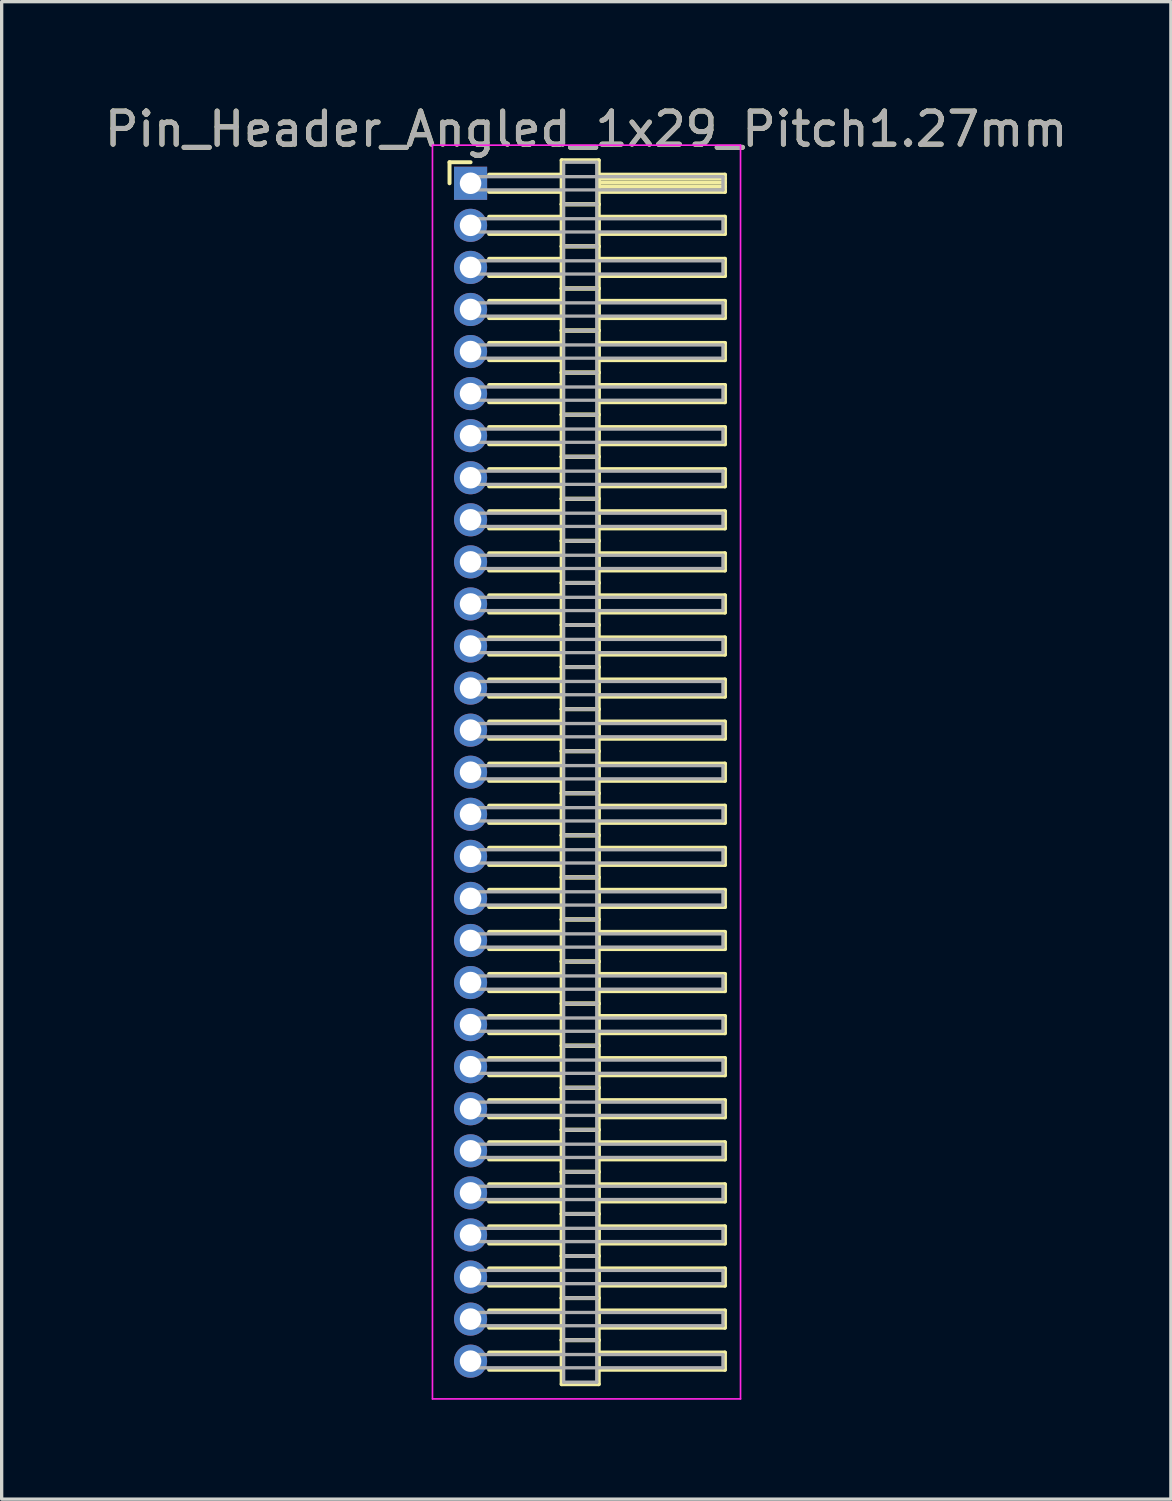
<source format=kicad_pcb>
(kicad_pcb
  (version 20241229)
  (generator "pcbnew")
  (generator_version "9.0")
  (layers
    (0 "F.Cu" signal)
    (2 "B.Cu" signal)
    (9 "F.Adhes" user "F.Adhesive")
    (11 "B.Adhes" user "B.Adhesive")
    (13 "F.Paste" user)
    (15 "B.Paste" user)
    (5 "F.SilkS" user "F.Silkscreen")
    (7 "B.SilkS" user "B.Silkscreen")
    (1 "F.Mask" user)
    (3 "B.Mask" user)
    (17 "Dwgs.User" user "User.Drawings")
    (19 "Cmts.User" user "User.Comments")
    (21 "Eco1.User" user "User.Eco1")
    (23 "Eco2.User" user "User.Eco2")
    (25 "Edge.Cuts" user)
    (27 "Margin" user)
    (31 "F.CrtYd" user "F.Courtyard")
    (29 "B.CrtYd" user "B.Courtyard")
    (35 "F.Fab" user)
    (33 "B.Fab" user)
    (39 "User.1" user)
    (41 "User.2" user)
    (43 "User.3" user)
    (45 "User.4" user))
  (footprint "Pin_Header_Angled_1x29_Pitch1.27mm"
    (layer "F.Cu")
    (at 11.156 2.483)
    (property "Reference" "Pin_Header_Angled_1x29_Pitch1.27mm" (at 3.493 -1.635 0) (layer "F.SilkS") (effects (font (size 1 1) (thickness 0.15))))
    (attr through_hole)
    (fp_line (start -0.635 -0.635) (end 0 -0.635) (stroke (width 0.12) (type solid)) (layer "F.SilkS"))
    (fp_line (start -0.635 0) (end -0.635 -0.635) (stroke (width 0.12) (type solid)) (layer "F.SilkS"))
    (fp_line (start 0.56 -0.26) (end 2.75 -0.26) (stroke (width 0.12) (type solid)) (layer "F.SilkS"))
    (fp_line (start 0.56 0.26) (end 2.75 0.26) (stroke (width 0.12) (type solid)) (layer "F.SilkS"))
    (fp_line (start 0.56 1.01) (end 2.75 1.01) (stroke (width 0.12) (type solid)) (layer "F.SilkS"))
    (fp_line (start 0.56 1.53) (end 2.75 1.53) (stroke (width 0.12) (type solid)) (layer "F.SilkS"))
    (fp_line (start 0.56 2.28) (end 2.75 2.28) (stroke (width 0.12) (type solid)) (layer "F.SilkS"))
    (fp_line (start 0.56 2.8) (end 2.75 2.8) (stroke (width 0.12) (type solid)) (layer "F.SilkS"))
    (fp_line (start 0.56 3.55) (end 2.75 3.55) (stroke (width 0.12) (type solid)) (layer "F.SilkS"))
    (fp_line (start 0.56 4.07) (end 2.75 4.07) (stroke (width 0.12) (type solid)) (layer "F.SilkS"))
    (fp_line (start 0.56 4.82) (end 2.75 4.82) (stroke (width 0.12) (type solid)) (layer "F.SilkS"))
    (fp_line (start 0.56 5.34) (end 2.75 5.34) (stroke (width 0.12) (type solid)) (layer "F.SilkS"))
    (fp_line (start 0.56 6.09) (end 2.75 6.09) (stroke (width 0.12) (type solid)) (layer "F.SilkS"))
    (fp_line (start 0.56 6.61) (end 2.75 6.61) (stroke (width 0.12) (type solid)) (layer "F.SilkS"))
    (fp_line (start 0.56 7.36) (end 2.75 7.36) (stroke (width 0.12) (type solid)) (layer "F.SilkS"))
    (fp_line (start 0.56 7.88) (end 2.75 7.88) (stroke (width 0.12) (type solid)) (layer "F.SilkS"))
    (fp_line (start 0.56 8.63) (end 2.75 8.63) (stroke (width 0.12) (type solid)) (layer "F.SilkS"))
    (fp_line (start 0.56 9.15) (end 2.75 9.15) (stroke (width 0.12) (type solid)) (layer "F.SilkS"))
    (fp_line (start 0.56 9.9) (end 2.75 9.9) (stroke (width 0.12) (type solid)) (layer "F.SilkS"))
    (fp_line (start 0.56 10.42) (end 2.75 10.42) (stroke (width 0.12) (type solid)) (layer "F.SilkS"))
    (fp_line (start 0.56 11.17) (end 2.75 11.17) (stroke (width 0.12) (type solid)) (layer "F.SilkS"))
    (fp_line (start 0.56 11.69) (end 2.75 11.69) (stroke (width 0.12) (type solid)) (layer "F.SilkS"))
    (fp_line (start 0.56 12.44) (end 2.75 12.44) (stroke (width 0.12) (type solid)) (layer "F.SilkS"))
    (fp_line (start 0.56 12.96) (end 2.75 12.96) (stroke (width 0.12) (type solid)) (layer "F.SilkS"))
    (fp_line (start 0.56 13.71) (end 2.75 13.71) (stroke (width 0.12) (type solid)) (layer "F.SilkS"))
    (fp_line (start 0.56 14.23) (end 2.75 14.23) (stroke (width 0.12) (type solid)) (layer "F.SilkS"))
    (fp_line (start 0.56 14.98) (end 2.75 14.98) (stroke (width 0.12) (type solid)) (layer "F.SilkS"))
    (fp_line (start 0.56 15.5) (end 2.75 15.5) (stroke (width 0.12) (type solid)) (layer "F.SilkS"))
    (fp_line (start 0.56 16.25) (end 2.75 16.25) (stroke (width 0.12) (type solid)) (layer "F.SilkS"))
    (fp_line (start 0.56 16.77) (end 2.75 16.77) (stroke (width 0.12) (type solid)) (layer "F.SilkS"))
    (fp_line (start 0.56 17.52) (end 2.75 17.52) (stroke (width 0.12) (type solid)) (layer "F.SilkS"))
    (fp_line (start 0.56 18.04) (end 2.75 18.04) (stroke (width 0.12) (type solid)) (layer "F.SilkS"))
    (fp_line (start 0.56 18.79) (end 2.75 18.79) (stroke (width 0.12) (type solid)) (layer "F.SilkS"))
    (fp_line (start 0.56 19.31) (end 2.75 19.31) (stroke (width 0.12) (type solid)) (layer "F.SilkS"))
    (fp_line (start 0.56 20.06) (end 2.75 20.06) (stroke (width 0.12) (type solid)) (layer "F.SilkS"))
    (fp_line (start 0.56 20.58) (end 2.75 20.58) (stroke (width 0.12) (type solid)) (layer "F.SilkS"))
    (fp_line (start 0.56 21.33) (end 2.75 21.33) (stroke (width 0.12) (type solid)) (layer "F.SilkS"))
    (fp_line (start 0.56 21.85) (end 2.75 21.85) (stroke (width 0.12) (type solid)) (layer "F.SilkS"))
    (fp_line (start 0.56 22.6) (end 2.75 22.6) (stroke (width 0.12) (type solid)) (layer "F.SilkS"))
    (fp_line (start 0.56 23.12) (end 2.75 23.12) (stroke (width 0.12) (type solid)) (layer "F.SilkS"))
    (fp_line (start 0.56 23.87) (end 2.75 23.87) (stroke (width 0.12) (type solid)) (layer "F.SilkS"))
    (fp_line (start 0.56 24.39) (end 2.75 24.39) (stroke (width 0.12) (type solid)) (layer "F.SilkS"))
    (fp_line (start 0.56 25.14) (end 2.75 25.14) (stroke (width 0.12) (type solid)) (layer "F.SilkS"))
    (fp_line (start 0.56 25.66) (end 2.75 25.66) (stroke (width 0.12) (type solid)) (layer "F.SilkS"))
    (fp_line (start 0.56 26.41) (end 2.75 26.41) (stroke (width 0.12) (type solid)) (layer "F.SilkS"))
    (fp_line (start 0.56 26.93) (end 2.75 26.93) (stroke (width 0.12) (type solid)) (layer "F.SilkS"))
    (fp_line (start 0.56 27.68) (end 2.75 27.68) (stroke (width 0.12) (type solid)) (layer "F.SilkS"))
    (fp_line (start 0.56 28.2) (end 2.75 28.2) (stroke (width 0.12) (type solid)) (layer "F.SilkS"))
    (fp_line (start 0.56 28.95) (end 2.75 28.95) (stroke (width 0.12) (type solid)) (layer "F.SilkS"))
    (fp_line (start 0.56 29.47) (end 2.75 29.47) (stroke (width 0.12) (type solid)) (layer "F.SilkS"))
    (fp_line (start 0.56 30.22) (end 2.75 30.22) (stroke (width 0.12) (type solid)) (layer "F.SilkS"))
    (fp_line (start 0.56 30.74) (end 2.75 30.74) (stroke (width 0.12) (type solid)) (layer "F.SilkS"))
    (fp_line (start 0.56 31.49) (end 2.75 31.49) (stroke (width 0.12) (type solid)) (layer "F.SilkS"))
    (fp_line (start 0.56 32.01) (end 2.75 32.01) (stroke (width 0.12) (type solid)) (layer "F.SilkS"))
    (fp_line (start 0.56 32.76) (end 2.75 32.76) (stroke (width 0.12) (type solid)) (layer "F.SilkS"))
    (fp_line (start 0.56 33.28) (end 2.75 33.28) (stroke (width 0.12) (type solid)) (layer "F.SilkS"))
    (fp_line (start 0.56 34.03) (end 2.75 34.03) (stroke (width 0.12) (type solid)) (layer "F.SilkS"))
    (fp_line (start 0.56 34.55) (end 2.75 34.55) (stroke (width 0.12) (type solid)) (layer "F.SilkS"))
    (fp_line (start 0.56 35.3) (end 2.75 35.3) (stroke (width 0.12) (type solid)) (layer "F.SilkS"))
    (fp_line (start 0.56 35.82) (end 2.75 35.82) (stroke (width 0.12) (type solid)) (layer "F.SilkS"))
    (fp_line (start 2.75 -0.695) (end 2.75 0.635) (stroke (width 0.12) (type solid)) (layer "F.SilkS"))
    (fp_line (start 2.75 0.635) (end 2.75 1.905) (stroke (width 0.12) (type solid)) (layer "F.SilkS"))
    (fp_line (start 2.75 0.635) (end 3.87 0.635) (stroke (width 0.12) (type solid)) (layer "F.SilkS"))
    (fp_line (start 2.75 1.905) (end 2.75 3.175) (stroke (width 0.12) (type solid)) (layer "F.SilkS"))
    (fp_line (start 2.75 1.905) (end 3.87 1.905) (stroke (width 0.12) (type solid)) (layer "F.SilkS"))
    (fp_line (start 2.75 3.175) (end 2.75 4.445) (stroke (width 0.12) (type solid)) (layer "F.SilkS"))
    (fp_line (start 2.75 3.175) (end 3.87 3.175) (stroke (width 0.12) (type solid)) (layer "F.SilkS"))
    (fp_line (start 2.75 4.445) (end 2.75 5.715) (stroke (width 0.12) (type solid)) (layer "F.SilkS"))
    (fp_line (start 2.75 4.445) (end 3.87 4.445) (stroke (width 0.12) (type solid)) (layer "F.SilkS"))
    (fp_line (start 2.75 5.715) (end 2.75 6.985) (stroke (width 0.12) (type solid)) (layer "F.SilkS"))
    (fp_line (start 2.75 5.715) (end 3.87 5.715) (stroke (width 0.12) (type solid)) (layer "F.SilkS"))
    (fp_line (start 2.75 6.985) (end 2.75 8.255) (stroke (width 0.12) (type solid)) (layer "F.SilkS"))
    (fp_line (start 2.75 6.985) (end 3.87 6.985) (stroke (width 0.12) (type solid)) (layer "F.SilkS"))
    (fp_line (start 2.75 8.255) (end 2.75 9.525) (stroke (width 0.12) (type solid)) (layer "F.SilkS"))
    (fp_line (start 2.75 8.255) (end 3.87 8.255) (stroke (width 0.12) (type solid)) (layer "F.SilkS"))
    (fp_line (start 2.75 9.525) (end 2.75 10.795) (stroke (width 0.12) (type solid)) (layer "F.SilkS"))
    (fp_line (start 2.75 9.525) (end 3.87 9.525) (stroke (width 0.12) (type solid)) (layer "F.SilkS"))
    (fp_line (start 2.75 10.795) (end 2.75 12.065) (stroke (width 0.12) (type solid)) (layer "F.SilkS"))
    (fp_line (start 2.75 10.795) (end 3.87 10.795) (stroke (width 0.12) (type solid)) (layer "F.SilkS"))
    (fp_line (start 2.75 12.065) (end 2.75 13.335) (stroke (width 0.12) (type solid)) (layer "F.SilkS"))
    (fp_line (start 2.75 12.065) (end 3.87 12.065) (stroke (width 0.12) (type solid)) (layer "F.SilkS"))
    (fp_line (start 2.75 13.335) (end 2.75 14.605) (stroke (width 0.12) (type solid)) (layer "F.SilkS"))
    (fp_line (start 2.75 13.335) (end 3.87 13.335) (stroke (width 0.12) (type solid)) (layer "F.SilkS"))
    (fp_line (start 2.75 14.605) (end 2.75 15.875) (stroke (width 0.12) (type solid)) (layer "F.SilkS"))
    (fp_line (start 2.75 14.605) (end 3.87 14.605) (stroke (width 0.12) (type solid)) (layer "F.SilkS"))
    (fp_line (start 2.75 15.875) (end 2.75 17.145) (stroke (width 0.12) (type solid)) (layer "F.SilkS"))
    (fp_line (start 2.75 15.875) (end 3.87 15.875) (stroke (width 0.12) (type solid)) (layer "F.SilkS"))
    (fp_line (start 2.75 17.145) (end 2.75 18.415) (stroke (width 0.12) (type solid)) (layer "F.SilkS"))
    (fp_line (start 2.75 17.145) (end 3.87 17.145) (stroke (width 0.12) (type solid)) (layer "F.SilkS"))
    (fp_line (start 2.75 18.415) (end 2.75 19.685) (stroke (width 0.12) (type solid)) (layer "F.SilkS"))
    (fp_line (start 2.75 18.415) (end 3.87 18.415) (stroke (width 0.12) (type solid)) (layer "F.SilkS"))
    (fp_line (start 2.75 19.685) (end 2.75 20.955) (stroke (width 0.12) (type solid)) (layer "F.SilkS"))
    (fp_line (start 2.75 19.685) (end 3.87 19.685) (stroke (width 0.12) (type solid)) (layer "F.SilkS"))
    (fp_line (start 2.75 20.955) (end 2.75 22.225) (stroke (width 0.12) (type solid)) (layer "F.SilkS"))
    (fp_line (start 2.75 20.955) (end 3.87 20.955) (stroke (width 0.12) (type solid)) (layer "F.SilkS"))
    (fp_line (start 2.75 22.225) (end 2.75 23.495) (stroke (width 0.12) (type solid)) (layer "F.SilkS"))
    (fp_line (start 2.75 22.225) (end 3.87 22.225) (stroke (width 0.12) (type solid)) (layer "F.SilkS"))
    (fp_line (start 2.75 23.495) (end 2.75 24.765) (stroke (width 0.12) (type solid)) (layer "F.SilkS"))
    (fp_line (start 2.75 23.495) (end 3.87 23.495) (stroke (width 0.12) (type solid)) (layer "F.SilkS"))
    (fp_line (start 2.75 24.765) (end 2.75 26.035) (stroke (width 0.12) (type solid)) (layer "F.SilkS"))
    (fp_line (start 2.75 24.765) (end 3.87 24.765) (stroke (width 0.12) (type solid)) (layer "F.SilkS"))
    (fp_line (start 2.75 26.035) (end 2.75 27.305) (stroke (width 0.12) (type solid)) (layer "F.SilkS"))
    (fp_line (start 2.75 26.035) (end 3.87 26.035) (stroke (width 0.12) (type solid)) (layer "F.SilkS"))
    (fp_line (start 2.75 27.305) (end 2.75 28.575) (stroke (width 0.12) (type solid)) (layer "F.SilkS"))
    (fp_line (start 2.75 27.305) (end 3.87 27.305) (stroke (width 0.12) (type solid)) (layer "F.SilkS"))
    (fp_line (start 2.75 28.575) (end 2.75 29.845) (stroke (width 0.12) (type solid)) (layer "F.SilkS"))
    (fp_line (start 2.75 28.575) (end 3.87 28.575) (stroke (width 0.12) (type solid)) (layer "F.SilkS"))
    (fp_line (start 2.75 29.845) (end 2.75 31.115) (stroke (width 0.12) (type solid)) (layer "F.SilkS"))
    (fp_line (start 2.75 29.845) (end 3.87 29.845) (stroke (width 0.12) (type solid)) (layer "F.SilkS"))
    (fp_line (start 2.75 31.115) (end 2.75 32.385) (stroke (width 0.12) (type solid)) (layer "F.SilkS"))
    (fp_line (start 2.75 31.115) (end 3.87 31.115) (stroke (width 0.12) (type solid)) (layer "F.SilkS"))
    (fp_line (start 2.75 32.385) (end 2.75 33.655) (stroke (width 0.12) (type solid)) (layer "F.SilkS"))
    (fp_line (start 2.75 32.385) (end 3.87 32.385) (stroke (width 0.12) (type solid)) (layer "F.SilkS"))
    (fp_line (start 2.75 33.655) (end 2.75 34.925) (stroke (width 0.12) (type solid)) (layer "F.SilkS"))
    (fp_line (start 2.75 33.655) (end 3.87 33.655) (stroke (width 0.12) (type solid)) (layer "F.SilkS"))
    (fp_line (start 2.75 34.925) (end 2.75 36.255) (stroke (width 0.12) (type solid)) (layer "F.SilkS"))
    (fp_line (start 2.75 34.925) (end 3.87 34.925) (stroke (width 0.12) (type solid)) (layer "F.SilkS"))
    (fp_line (start 2.75 36.255) (end 3.87 36.255) (stroke (width 0.12) (type solid)) (layer "F.SilkS"))
    (fp_line (start 3.87 -0.695) (end 2.75 -0.695) (stroke (width 0.12) (type solid)) (layer "F.SilkS"))
    (fp_line (start 3.87 -0.26) (end 3.87 0.26) (stroke (width 0.12) (type solid)) (layer "F.SilkS"))
    (fp_line (start 3.87 -0.14) (end 7.68 -0.14) (stroke (width 0.12) (type solid)) (layer "F.SilkS"))
    (fp_line (start 3.87 -0.02) (end 7.68 -0.02) (stroke (width 0.12) (type solid)) (layer "F.SilkS"))
    (fp_line (start 3.87 0.1) (end 7.68 0.1) (stroke (width 0.12) (type solid)) (layer "F.SilkS"))
    (fp_line (start 3.87 0.22) (end 7.68 0.22) (stroke (width 0.12) (type solid)) (layer "F.SilkS"))
    (fp_line (start 3.87 0.26) (end 7.68 0.26) (stroke (width 0.12) (type solid)) (layer "F.SilkS"))
    (fp_line (start 3.87 0.635) (end 2.75 0.635) (stroke (width 0.12) (type solid)) (layer "F.SilkS"))
    (fp_line (start 3.87 0.635) (end 3.87 -0.695) (stroke (width 0.12) (type solid)) (layer "F.SilkS"))
    (fp_line (start 3.87 1.01) (end 3.87 1.53) (stroke (width 0.12) (type solid)) (layer "F.SilkS"))
    (fp_line (start 3.87 1.53) (end 7.68 1.53) (stroke (width 0.12) (type solid)) (layer "F.SilkS"))
    (fp_line (start 3.87 1.905) (end 2.75 1.905) (stroke (width 0.12) (type solid)) (layer "F.SilkS"))
    (fp_line (start 3.87 1.905) (end 3.87 0.635) (stroke (width 0.12) (type solid)) (layer "F.SilkS"))
    (fp_line (start 3.87 2.28) (end 3.87 2.8) (stroke (width 0.12) (type solid)) (layer "F.SilkS"))
    (fp_line (start 3.87 2.8) (end 7.68 2.8) (stroke (width 0.12) (type solid)) (layer "F.SilkS"))
    (fp_line (start 3.87 3.175) (end 2.75 3.175) (stroke (width 0.12) (type solid)) (layer "F.SilkS"))
    (fp_line (start 3.87 3.175) (end 3.87 1.905) (stroke (width 0.12) (type solid)) (layer "F.SilkS"))
    (fp_line (start 3.87 3.55) (end 3.87 4.07) (stroke (width 0.12) (type solid)) (layer "F.SilkS"))
    (fp_line (start 3.87 4.07) (end 7.68 4.07) (stroke (width 0.12) (type solid)) (layer "F.SilkS"))
    (fp_line (start 3.87 4.445) (end 2.75 4.445) (stroke (width 0.12) (type solid)) (layer "F.SilkS"))
    (fp_line (start 3.87 4.445) (end 3.87 3.175) (stroke (width 0.12) (type solid)) (layer "F.SilkS"))
    (fp_line (start 3.87 4.82) (end 3.87 5.34) (stroke (width 0.12) (type solid)) (layer "F.SilkS"))
    (fp_line (start 3.87 5.34) (end 7.68 5.34) (stroke (width 0.12) (type solid)) (layer "F.SilkS"))
    (fp_line (start 3.87 5.715) (end 2.75 5.715) (stroke (width 0.12) (type solid)) (layer "F.SilkS"))
    (fp_line (start 3.87 5.715) (end 3.87 4.445) (stroke (width 0.12) (type solid)) (layer "F.SilkS"))
    (fp_line (start 3.87 6.09) (end 3.87 6.61) (stroke (width 0.12) (type solid)) (layer "F.SilkS"))
    (fp_line (start 3.87 6.61) (end 7.68 6.61) (stroke (width 0.12) (type solid)) (layer "F.SilkS"))
    (fp_line (start 3.87 6.985) (end 2.75 6.985) (stroke (width 0.12) (type solid)) (layer "F.SilkS"))
    (fp_line (start 3.87 6.985) (end 3.87 5.715) (stroke (width 0.12) (type solid)) (layer "F.SilkS"))
    (fp_line (start 3.87 7.36) (end 3.87 7.88) (stroke (width 0.12) (type solid)) (layer "F.SilkS"))
    (fp_line (start 3.87 7.88) (end 7.68 7.88) (stroke (width 0.12) (type solid)) (layer "F.SilkS"))
    (fp_line (start 3.87 8.255) (end 2.75 8.255) (stroke (width 0.12) (type solid)) (layer "F.SilkS"))
    (fp_line (start 3.87 8.255) (end 3.87 6.985) (stroke (width 0.12) (type solid)) (layer "F.SilkS"))
    (fp_line (start 3.87 8.63) (end 3.87 9.15) (stroke (width 0.12) (type solid)) (layer "F.SilkS"))
    (fp_line (start 3.87 9.15) (end 7.68 9.15) (stroke (width 0.12) (type solid)) (layer "F.SilkS"))
    (fp_line (start 3.87 9.525) (end 2.75 9.525) (stroke (width 0.12) (type solid)) (layer "F.SilkS"))
    (fp_line (start 3.87 9.525) (end 3.87 8.255) (stroke (width 0.12) (type solid)) (layer "F.SilkS"))
    (fp_line (start 3.87 9.9) (end 3.87 10.42) (stroke (width 0.12) (type solid)) (layer "F.SilkS"))
    (fp_line (start 3.87 10.42) (end 7.68 10.42) (stroke (width 0.12) (type solid)) (layer "F.SilkS"))
    (fp_line (start 3.87 10.795) (end 2.75 10.795) (stroke (width 0.12) (type solid)) (layer "F.SilkS"))
    (fp_line (start 3.87 10.795) (end 3.87 9.525) (stroke (width 0.12) (type solid)) (layer "F.SilkS"))
    (fp_line (start 3.87 11.17) (end 3.87 11.69) (stroke (width 0.12) (type solid)) (layer "F.SilkS"))
    (fp_line (start 3.87 11.69) (end 7.68 11.69) (stroke (width 0.12) (type solid)) (layer "F.SilkS"))
    (fp_line (start 3.87 12.065) (end 2.75 12.065) (stroke (width 0.12) (type solid)) (layer "F.SilkS"))
    (fp_line (start 3.87 12.065) (end 3.87 10.795) (stroke (width 0.12) (type solid)) (layer "F.SilkS"))
    (fp_line (start 3.87 12.44) (end 3.87 12.96) (stroke (width 0.12) (type solid)) (layer "F.SilkS"))
    (fp_line (start 3.87 12.96) (end 7.68 12.96) (stroke (width 0.12) (type solid)) (layer "F.SilkS"))
    (fp_line (start 3.87 13.335) (end 2.75 13.335) (stroke (width 0.12) (type solid)) (layer "F.SilkS"))
    (fp_line (start 3.87 13.335) (end 3.87 12.065) (stroke (width 0.12) (type solid)) (layer "F.SilkS"))
    (fp_line (start 3.87 13.71) (end 3.87 14.23) (stroke (width 0.12) (type solid)) (layer "F.SilkS"))
    (fp_line (start 3.87 14.23) (end 7.68 14.23) (stroke (width 0.12) (type solid)) (layer "F.SilkS"))
    (fp_line (start 3.87 14.605) (end 2.75 14.605) (stroke (width 0.12) (type solid)) (layer "F.SilkS"))
    (fp_line (start 3.87 14.605) (end 3.87 13.335) (stroke (width 0.12) (type solid)) (layer "F.SilkS"))
    (fp_line (start 3.87 14.98) (end 3.87 15.5) (stroke (width 0.12) (type solid)) (layer "F.SilkS"))
    (fp_line (start 3.87 15.5) (end 7.68 15.5) (stroke (width 0.12) (type solid)) (layer "F.SilkS"))
    (fp_line (start 3.87 15.875) (end 2.75 15.875) (stroke (width 0.12) (type solid)) (layer "F.SilkS"))
    (fp_line (start 3.87 15.875) (end 3.87 14.605) (stroke (width 0.12) (type solid)) (layer "F.SilkS"))
    (fp_line (start 3.87 16.25) (end 3.87 16.77) (stroke (width 0.12) (type solid)) (layer "F.SilkS"))
    (fp_line (start 3.87 16.77) (end 7.68 16.77) (stroke (width 0.12) (type solid)) (layer "F.SilkS"))
    (fp_line (start 3.87 17.145) (end 2.75 17.145) (stroke (width 0.12) (type solid)) (layer "F.SilkS"))
    (fp_line (start 3.87 17.145) (end 3.87 15.875) (stroke (width 0.12) (type solid)) (layer "F.SilkS"))
    (fp_line (start 3.87 17.52) (end 3.87 18.04) (stroke (width 0.12) (type solid)) (layer "F.SilkS"))
    (fp_line (start 3.87 18.04) (end 7.68 18.04) (stroke (width 0.12) (type solid)) (layer "F.SilkS"))
    (fp_line (start 3.87 18.415) (end 2.75 18.415) (stroke (width 0.12) (type solid)) (layer "F.SilkS"))
    (fp_line (start 3.87 18.415) (end 3.87 17.145) (stroke (width 0.12) (type solid)) (layer "F.SilkS"))
    (fp_line (start 3.87 18.79) (end 3.87 19.31) (stroke (width 0.12) (type solid)) (layer "F.SilkS"))
    (fp_line (start 3.87 19.31) (end 7.68 19.31) (stroke (width 0.12) (type solid)) (layer "F.SilkS"))
    (fp_line (start 3.87 19.685) (end 2.75 19.685) (stroke (width 0.12) (type solid)) (layer "F.SilkS"))
    (fp_line (start 3.87 19.685) (end 3.87 18.415) (stroke (width 0.12) (type solid)) (layer "F.SilkS"))
    (fp_line (start 3.87 20.06) (end 3.87 20.58) (stroke (width 0.12) (type solid)) (layer "F.SilkS"))
    (fp_line (start 3.87 20.58) (end 7.68 20.58) (stroke (width 0.12) (type solid)) (layer "F.SilkS"))
    (fp_line (start 3.87 20.955) (end 2.75 20.955) (stroke (width 0.12) (type solid)) (layer "F.SilkS"))
    (fp_line (start 3.87 20.955) (end 3.87 19.685) (stroke (width 0.12) (type solid)) (layer "F.SilkS"))
    (fp_line (start 3.87 21.33) (end 3.87 21.85) (stroke (width 0.12) (type solid)) (layer "F.SilkS"))
    (fp_line (start 3.87 21.85) (end 7.68 21.85) (stroke (width 0.12) (type solid)) (layer "F.SilkS"))
    (fp_line (start 3.87 22.225) (end 2.75 22.225) (stroke (width 0.12) (type solid)) (layer "F.SilkS"))
    (fp_line (start 3.87 22.225) (end 3.87 20.955) (stroke (width 0.12) (type solid)) (layer "F.SilkS"))
    (fp_line (start 3.87 22.6) (end 3.87 23.12) (stroke (width 0.12) (type solid)) (layer "F.SilkS"))
    (fp_line (start 3.87 23.12) (end 7.68 23.12) (stroke (width 0.12) (type solid)) (layer "F.SilkS"))
    (fp_line (start 3.87 23.495) (end 2.75 23.495) (stroke (width 0.12) (type solid)) (layer "F.SilkS"))
    (fp_line (start 3.87 23.495) (end 3.87 22.225) (stroke (width 0.12) (type solid)) (layer "F.SilkS"))
    (fp_line (start 3.87 23.87) (end 3.87 24.39) (stroke (width 0.12) (type solid)) (layer "F.SilkS"))
    (fp_line (start 3.87 24.39) (end 7.68 24.39) (stroke (width 0.12) (type solid)) (layer "F.SilkS"))
    (fp_line (start 3.87 24.765) (end 2.75 24.765) (stroke (width 0.12) (type solid)) (layer "F.SilkS"))
    (fp_line (start 3.87 24.765) (end 3.87 23.495) (stroke (width 0.12) (type solid)) (layer "F.SilkS"))
    (fp_line (start 3.87 25.14) (end 3.87 25.66) (stroke (width 0.12) (type solid)) (layer "F.SilkS"))
    (fp_line (start 3.87 25.66) (end 7.68 25.66) (stroke (width 0.12) (type solid)) (layer "F.SilkS"))
    (fp_line (start 3.87 26.035) (end 2.75 26.035) (stroke (width 0.12) (type solid)) (layer "F.SilkS"))
    (fp_line (start 3.87 26.035) (end 3.87 24.765) (stroke (width 0.12) (type solid)) (layer "F.SilkS"))
    (fp_line (start 3.87 26.41) (end 3.87 26.93) (stroke (width 0.12) (type solid)) (layer "F.SilkS"))
    (fp_line (start 3.87 26.93) (end 7.68 26.93) (stroke (width 0.12) (type solid)) (layer "F.SilkS"))
    (fp_line (start 3.87 27.305) (end 2.75 27.305) (stroke (width 0.12) (type solid)) (layer "F.SilkS"))
    (fp_line (start 3.87 27.305) (end 3.87 26.035) (stroke (width 0.12) (type solid)) (layer "F.SilkS"))
    (fp_line (start 3.87 27.68) (end 3.87 28.2) (stroke (width 0.12) (type solid)) (layer "F.SilkS"))
    (fp_line (start 3.87 28.2) (end 7.68 28.2) (stroke (width 0.12) (type solid)) (layer "F.SilkS"))
    (fp_line (start 3.87 28.575) (end 2.75 28.575) (stroke (width 0.12) (type solid)) (layer "F.SilkS"))
    (fp_line (start 3.87 28.575) (end 3.87 27.305) (stroke (width 0.12) (type solid)) (layer "F.SilkS"))
    (fp_line (start 3.87 28.95) (end 3.87 29.47) (stroke (width 0.12) (type solid)) (layer "F.SilkS"))
    (fp_line (start 3.87 29.47) (end 7.68 29.47) (stroke (width 0.12) (type solid)) (layer "F.SilkS"))
    (fp_line (start 3.87 29.845) (end 2.75 29.845) (stroke (width 0.12) (type solid)) (layer "F.SilkS"))
    (fp_line (start 3.87 29.845) (end 3.87 28.575) (stroke (width 0.12) (type solid)) (layer "F.SilkS"))
    (fp_line (start 3.87 30.22) (end 3.87 30.74) (stroke (width 0.12) (type solid)) (layer "F.SilkS"))
    (fp_line (start 3.87 30.74) (end 7.68 30.74) (stroke (width 0.12) (type solid)) (layer "F.SilkS"))
    (fp_line (start 3.87 31.115) (end 2.75 31.115) (stroke (width 0.12) (type solid)) (layer "F.SilkS"))
    (fp_line (start 3.87 31.115) (end 3.87 29.845) (stroke (width 0.12) (type solid)) (layer "F.SilkS"))
    (fp_line (start 3.87 31.49) (end 3.87 32.01) (stroke (width 0.12) (type solid)) (layer "F.SilkS"))
    (fp_line (start 3.87 32.01) (end 7.68 32.01) (stroke (width 0.12) (type solid)) (layer "F.SilkS"))
    (fp_line (start 3.87 32.385) (end 2.75 32.385) (stroke (width 0.12) (type solid)) (layer "F.SilkS"))
    (fp_line (start 3.87 32.385) (end 3.87 31.115) (stroke (width 0.12) (type solid)) (layer "F.SilkS"))
    (fp_line (start 3.87 32.76) (end 3.87 33.28) (stroke (width 0.12) (type solid)) (layer "F.SilkS"))
    (fp_line (start 3.87 33.28) (end 7.68 33.28) (stroke (width 0.12) (type solid)) (layer "F.SilkS"))
    (fp_line (start 3.87 33.655) (end 2.75 33.655) (stroke (width 0.12) (type solid)) (layer "F.SilkS"))
    (fp_line (start 3.87 33.655) (end 3.87 32.385) (stroke (width 0.12) (type solid)) (layer "F.SilkS"))
    (fp_line (start 3.87 34.03) (end 3.87 34.55) (stroke (width 0.12) (type solid)) (layer "F.SilkS"))
    (fp_line (start 3.87 34.55) (end 7.68 34.55) (stroke (width 0.12) (type solid)) (layer "F.SilkS"))
    (fp_line (start 3.87 34.925) (end 2.75 34.925) (stroke (width 0.12) (type solid)) (layer "F.SilkS"))
    (fp_line (start 3.87 34.925) (end 3.87 33.655) (stroke (width 0.12) (type solid)) (layer "F.SilkS"))
    (fp_line (start 3.87 35.3) (end 3.87 35.82) (stroke (width 0.12) (type solid)) (layer "F.SilkS"))
    (fp_line (start 3.87 35.82) (end 7.68 35.82) (stroke (width 0.12) (type solid)) (layer "F.SilkS"))
    (fp_line (start 3.87 36.255) (end 3.87 34.925) (stroke (width 0.12) (type solid)) (layer "F.SilkS"))
    (fp_line (start 7.68 -0.26) (end 3.87 -0.26) (stroke (width 0.12) (type solid)) (layer "F.SilkS"))
    (fp_line (start 7.68 0.26) (end 7.68 -0.26) (stroke (width 0.12) (type solid)) (layer "F.SilkS"))
    (fp_line (start 7.68 1.01) (end 3.87 1.01) (stroke (width 0.12) (type solid)) (layer "F.SilkS"))
    (fp_line (start 7.68 1.53) (end 7.68 1.01) (stroke (width 0.12) (type solid)) (layer "F.SilkS"))
    (fp_line (start 7.68 2.28) (end 3.87 2.28) (stroke (width 0.12) (type solid)) (layer "F.SilkS"))
    (fp_line (start 7.68 2.8) (end 7.68 2.28) (stroke (width 0.12) (type solid)) (layer "F.SilkS"))
    (fp_line (start 7.68 3.55) (end 3.87 3.55) (stroke (width 0.12) (type solid)) (layer "F.SilkS"))
    (fp_line (start 7.68 4.07) (end 7.68 3.55) (stroke (width 0.12) (type solid)) (layer "F.SilkS"))
    (fp_line (start 7.68 4.82) (end 3.87 4.82) (stroke (width 0.12) (type solid)) (layer "F.SilkS"))
    (fp_line (start 7.68 5.34) (end 7.68 4.82) (stroke (width 0.12) (type solid)) (layer "F.SilkS"))
    (fp_line (start 7.68 6.09) (end 3.87 6.09) (stroke (width 0.12) (type solid)) (layer "F.SilkS"))
    (fp_line (start 7.68 6.61) (end 7.68 6.09) (stroke (width 0.12) (type solid)) (layer "F.SilkS"))
    (fp_line (start 7.68 7.36) (end 3.87 7.36) (stroke (width 0.12) (type solid)) (layer "F.SilkS"))
    (fp_line (start 7.68 7.88) (end 7.68 7.36) (stroke (width 0.12) (type solid)) (layer "F.SilkS"))
    (fp_line (start 7.68 8.63) (end 3.87 8.63) (stroke (width 0.12) (type solid)) (layer "F.SilkS"))
    (fp_line (start 7.68 9.15) (end 7.68 8.63) (stroke (width 0.12) (type solid)) (layer "F.SilkS"))
    (fp_line (start 7.68 9.9) (end 3.87 9.9) (stroke (width 0.12) (type solid)) (layer "F.SilkS"))
    (fp_line (start 7.68 10.42) (end 7.68 9.9) (stroke (width 0.12) (type solid)) (layer "F.SilkS"))
    (fp_line (start 7.68 11.17) (end 3.87 11.17) (stroke (width 0.12) (type solid)) (layer "F.SilkS"))
    (fp_line (start 7.68 11.69) (end 7.68 11.17) (stroke (width 0.12) (type solid)) (layer "F.SilkS"))
    (fp_line (start 7.68 12.44) (end 3.87 12.44) (stroke (width 0.12) (type solid)) (layer "F.SilkS"))
    (fp_line (start 7.68 12.96) (end 7.68 12.44) (stroke (width 0.12) (type solid)) (layer "F.SilkS"))
    (fp_line (start 7.68 13.71) (end 3.87 13.71) (stroke (width 0.12) (type solid)) (layer "F.SilkS"))
    (fp_line (start 7.68 14.23) (end 7.68 13.71) (stroke (width 0.12) (type solid)) (layer "F.SilkS"))
    (fp_line (start 7.68 14.98) (end 3.87 14.98) (stroke (width 0.12) (type solid)) (layer "F.SilkS"))
    (fp_line (start 7.68 15.5) (end 7.68 14.98) (stroke (width 0.12) (type solid)) (layer "F.SilkS"))
    (fp_line (start 7.68 16.25) (end 3.87 16.25) (stroke (width 0.12) (type solid)) (layer "F.SilkS"))
    (fp_line (start 7.68 16.77) (end 7.68 16.25) (stroke (width 0.12) (type solid)) (layer "F.SilkS"))
    (fp_line (start 7.68 17.52) (end 3.87 17.52) (stroke (width 0.12) (type solid)) (layer "F.SilkS"))
    (fp_line (start 7.68 18.04) (end 7.68 17.52) (stroke (width 0.12) (type solid)) (layer "F.SilkS"))
    (fp_line (start 7.68 18.79) (end 3.87 18.79) (stroke (width 0.12) (type solid)) (layer "F.SilkS"))
    (fp_line (start 7.68 19.31) (end 7.68 18.79) (stroke (width 0.12) (type solid)) (layer "F.SilkS"))
    (fp_line (start 7.68 20.06) (end 3.87 20.06) (stroke (width 0.12) (type solid)) (layer "F.SilkS"))
    (fp_line (start 7.68 20.58) (end 7.68 20.06) (stroke (width 0.12) (type solid)) (layer "F.SilkS"))
    (fp_line (start 7.68 21.33) (end 3.87 21.33) (stroke (width 0.12) (type solid)) (layer "F.SilkS"))
    (fp_line (start 7.68 21.85) (end 7.68 21.33) (stroke (width 0.12) (type solid)) (layer "F.SilkS"))
    (fp_line (start 7.68 22.6) (end 3.87 22.6) (stroke (width 0.12) (type solid)) (layer "F.SilkS"))
    (fp_line (start 7.68 23.12) (end 7.68 22.6) (stroke (width 0.12) (type solid)) (layer "F.SilkS"))
    (fp_line (start 7.68 23.87) (end 3.87 23.87) (stroke (width 0.12) (type solid)) (layer "F.SilkS"))
    (fp_line (start 7.68 24.39) (end 7.68 23.87) (stroke (width 0.12) (type solid)) (layer "F.SilkS"))
    (fp_line (start 7.68 25.14) (end 3.87 25.14) (stroke (width 0.12) (type solid)) (layer "F.SilkS"))
    (fp_line (start 7.68 25.66) (end 7.68 25.14) (stroke (width 0.12) (type solid)) (layer "F.SilkS"))
    (fp_line (start 7.68 26.41) (end 3.87 26.41) (stroke (width 0.12) (type solid)) (layer "F.SilkS"))
    (fp_line (start 7.68 26.93) (end 7.68 26.41) (stroke (width 0.12) (type solid)) (layer "F.SilkS"))
    (fp_line (start 7.68 27.68) (end 3.87 27.68) (stroke (width 0.12) (type solid)) (layer "F.SilkS"))
    (fp_line (start 7.68 28.2) (end 7.68 27.68) (stroke (width 0.12) (type solid)) (layer "F.SilkS"))
    (fp_line (start 7.68 28.95) (end 3.87 28.95) (stroke (width 0.12) (type solid)) (layer "F.SilkS"))
    (fp_line (start 7.68 29.47) (end 7.68 28.95) (stroke (width 0.12) (type solid)) (layer "F.SilkS"))
    (fp_line (start 7.68 30.22) (end 3.87 30.22) (stroke (width 0.12) (type solid)) (layer "F.SilkS"))
    (fp_line (start 7.68 30.74) (end 7.68 30.22) (stroke (width 0.12) (type solid)) (layer "F.SilkS"))
    (fp_line (start 7.68 31.49) (end 3.87 31.49) (stroke (width 0.12) (type solid)) (layer "F.SilkS"))
    (fp_line (start 7.68 32.01) (end 7.68 31.49) (stroke (width 0.12) (type solid)) (layer "F.SilkS"))
    (fp_line (start 7.68 32.76) (end 3.87 32.76) (stroke (width 0.12) (type solid)) (layer "F.SilkS"))
    (fp_line (start 7.68 33.28) (end 7.68 32.76) (stroke (width 0.12) (type solid)) (layer "F.SilkS"))
    (fp_line (start 7.68 34.03) (end 3.87 34.03) (stroke (width 0.12) (type solid)) (layer "F.SilkS"))
    (fp_line (start 7.68 34.55) (end 7.68 34.03) (stroke (width 0.12) (type solid)) (layer "F.SilkS"))
    (fp_line (start 7.68 35.3) (end 3.87 35.3) (stroke (width 0.12) (type solid)) (layer "F.SilkS"))
    (fp_line (start 7.68 35.82) (end 7.68 35.3) (stroke (width 0.12) (type solid)) (layer "F.SilkS"))
    (fp_line (start -1.15 -1.15) (end -1.15 36.7) (stroke (width 0.05) (type solid)) (layer "F.CrtYd"))
    (fp_line (start -1.15 36.7) (end 8.15 36.7) (stroke (width 0.05) (type solid)) (layer "F.CrtYd"))
    (fp_line (start 8.15 -1.15) (end -1.15 -1.15) (stroke (width 0.05) (type solid)) (layer "F.CrtYd"))
    (fp_line (start 8.15 36.7) (end 8.15 -1.15) (stroke (width 0.05) (type solid)) (layer "F.CrtYd"))
    (fp_line (start 0 -0.2) (end 0 0.2) (stroke (width 0.1) (type solid)) (layer "F.Fab"))
    (fp_line (start 0 0.2) (end 7.62 0.2) (stroke (width 0.1) (type solid)) (layer "F.Fab"))
    (fp_line (start 0 1.07) (end 0 1.47) (stroke (width 0.1) (type solid)) (layer "F.Fab"))
    (fp_line (start 0 1.47) (end 7.62 1.47) (stroke (width 0.1) (type solid)) (layer "F.Fab"))
    (fp_line (start 0 2.34) (end 0 2.74) (stroke (width 0.1) (type solid)) (layer "F.Fab"))
    (fp_line (start 0 2.74) (end 7.62 2.74) (stroke (width 0.1) (type solid)) (layer "F.Fab"))
    (fp_line (start 0 3.61) (end 0 4.01) (stroke (width 0.1) (type solid)) (layer "F.Fab"))
    (fp_line (start 0 4.01) (end 7.62 4.01) (stroke (width 0.1) (type solid)) (layer "F.Fab"))
    (fp_line (start 0 4.88) (end 0 5.28) (stroke (width 0.1) (type solid)) (layer "F.Fab"))
    (fp_line (start 0 5.28) (end 7.62 5.28) (stroke (width 0.1) (type solid)) (layer "F.Fab"))
    (fp_line (start 0 6.15) (end 0 6.55) (stroke (width 0.1) (type solid)) (layer "F.Fab"))
    (fp_line (start 0 6.55) (end 7.62 6.55) (stroke (width 0.1) (type solid)) (layer "F.Fab"))
    (fp_line (start 0 7.42) (end 0 7.82) (stroke (width 0.1) (type solid)) (layer "F.Fab"))
    (fp_line (start 0 7.82) (end 7.62 7.82) (stroke (width 0.1) (type solid)) (layer "F.Fab"))
    (fp_line (start 0 8.69) (end 0 9.09) (stroke (width 0.1) (type solid)) (layer "F.Fab"))
    (fp_line (start 0 9.09) (end 7.62 9.09) (stroke (width 0.1) (type solid)) (layer "F.Fab"))
    (fp_line (start 0 9.96) (end 0 10.36) (stroke (width 0.1) (type solid)) (layer "F.Fab"))
    (fp_line (start 0 10.36) (end 7.62 10.36) (stroke (width 0.1) (type solid)) (layer "F.Fab"))
    (fp_line (start 0 11.23) (end 0 11.63) (stroke (width 0.1) (type solid)) (layer "F.Fab"))
    (fp_line (start 0 11.63) (end 7.62 11.63) (stroke (width 0.1) (type solid)) (layer "F.Fab"))
    (fp_line (start 0 12.5) (end 0 12.9) (stroke (width 0.1) (type solid)) (layer "F.Fab"))
    (fp_line (start 0 12.9) (end 7.62 12.9) (stroke (width 0.1) (type solid)) (layer "F.Fab"))
    (fp_line (start 0 13.77) (end 0 14.17) (stroke (width 0.1) (type solid)) (layer "F.Fab"))
    (fp_line (start 0 14.17) (end 7.62 14.17) (stroke (width 0.1) (type solid)) (layer "F.Fab"))
    (fp_line (start 0 15.04) (end 0 15.44) (stroke (width 0.1) (type solid)) (layer "F.Fab"))
    (fp_line (start 0 15.44) (end 7.62 15.44) (stroke (width 0.1) (type solid)) (layer "F.Fab"))
    (fp_line (start 0 16.31) (end 0 16.71) (stroke (width 0.1) (type solid)) (layer "F.Fab"))
    (fp_line (start 0 16.71) (end 7.62 16.71) (stroke (width 0.1) (type solid)) (layer "F.Fab"))
    (fp_line (start 0 17.58) (end 0 17.98) (stroke (width 0.1) (type solid)) (layer "F.Fab"))
    (fp_line (start 0 17.98) (end 7.62 17.98) (stroke (width 0.1) (type solid)) (layer "F.Fab"))
    (fp_line (start 0 18.85) (end 0 19.25) (stroke (width 0.1) (type solid)) (layer "F.Fab"))
    (fp_line (start 0 19.25) (end 7.62 19.25) (stroke (width 0.1) (type solid)) (layer "F.Fab"))
    (fp_line (start 0 20.12) (end 0 20.52) (stroke (width 0.1) (type solid)) (layer "F.Fab"))
    (fp_line (start 0 20.52) (end 7.62 20.52) (stroke (width 0.1) (type solid)) (layer "F.Fab"))
    (fp_line (start 0 21.39) (end 0 21.79) (stroke (width 0.1) (type solid)) (layer "F.Fab"))
    (fp_line (start 0 21.79) (end 7.62 21.79) (stroke (width 0.1) (type solid)) (layer "F.Fab"))
    (fp_line (start 0 22.66) (end 0 23.06) (stroke (width 0.1) (type solid)) (layer "F.Fab"))
    (fp_line (start 0 23.06) (end 7.62 23.06) (stroke (width 0.1) (type solid)) (layer "F.Fab"))
    (fp_line (start 0 23.93) (end 0 24.33) (stroke (width 0.1) (type solid)) (layer "F.Fab"))
    (fp_line (start 0 24.33) (end 7.62 24.33) (stroke (width 0.1) (type solid)) (layer "F.Fab"))
    (fp_line (start 0 25.2) (end 0 25.6) (stroke (width 0.1) (type solid)) (layer "F.Fab"))
    (fp_line (start 0 25.6) (end 7.62 25.6) (stroke (width 0.1) (type solid)) (layer "F.Fab"))
    (fp_line (start 0 26.47) (end 0 26.87) (stroke (width 0.1) (type solid)) (layer "F.Fab"))
    (fp_line (start 0 26.87) (end 7.62 26.87) (stroke (width 0.1) (type solid)) (layer "F.Fab"))
    (fp_line (start 0 27.74) (end 0 28.14) (stroke (width 0.1) (type solid)) (layer "F.Fab"))
    (fp_line (start 0 28.14) (end 7.62 28.14) (stroke (width 0.1) (type solid)) (layer "F.Fab"))
    (fp_line (start 0 29.01) (end 0 29.41) (stroke (width 0.1) (type solid)) (layer "F.Fab"))
    (fp_line (start 0 29.41) (end 7.62 29.41) (stroke (width 0.1) (type solid)) (layer "F.Fab"))
    (fp_line (start 0 30.28) (end 0 30.68) (stroke (width 0.1) (type solid)) (layer "F.Fab"))
    (fp_line (start 0 30.68) (end 7.62 30.68) (stroke (width 0.1) (type solid)) (layer "F.Fab"))
    (fp_line (start 0 31.55) (end 0 31.95) (stroke (width 0.1) (type solid)) (layer "F.Fab"))
    (fp_line (start 0 31.95) (end 7.62 31.95) (stroke (width 0.1) (type solid)) (layer "F.Fab"))
    (fp_line (start 0 32.82) (end 0 33.22) (stroke (width 0.1) (type solid)) (layer "F.Fab"))
    (fp_line (start 0 33.22) (end 7.62 33.22) (stroke (width 0.1) (type solid)) (layer "F.Fab"))
    (fp_line (start 0 34.09) (end 0 34.49) (stroke (width 0.1) (type solid)) (layer "F.Fab"))
    (fp_line (start 0 34.49) (end 7.62 34.49) (stroke (width 0.1) (type solid)) (layer "F.Fab"))
    (fp_line (start 0 35.36) (end 0 35.76) (stroke (width 0.1) (type solid)) (layer "F.Fab"))
    (fp_line (start 0 35.76) (end 7.62 35.76) (stroke (width 0.1) (type solid)) (layer "F.Fab"))
    (fp_line (start 2.81 -0.635) (end 2.81 0.635) (stroke (width 0.1) (type solid)) (layer "F.Fab"))
    (fp_line (start 2.81 0.635) (end 2.81 1.905) (stroke (width 0.1) (type solid)) (layer "F.Fab"))
    (fp_line (start 2.81 0.635) (end 3.81 0.635) (stroke (width 0.1) (type solid)) (layer "F.Fab"))
    (fp_line (start 2.81 1.905) (end 2.81 3.175) (stroke (width 0.1) (type solid)) (layer "F.Fab"))
    (fp_line (start 2.81 1.905) (end 3.81 1.905) (stroke (width 0.1) (type solid)) (layer "F.Fab"))
    (fp_line (start 2.81 3.175) (end 2.81 4.445) (stroke (width 0.1) (type solid)) (layer "F.Fab"))
    (fp_line (start 2.81 3.175) (end 3.81 3.175) (stroke (width 0.1) (type solid)) (layer "F.Fab"))
    (fp_line (start 2.81 4.445) (end 2.81 5.715) (stroke (width 0.1) (type solid)) (layer "F.Fab"))
    (fp_line (start 2.81 4.445) (end 3.81 4.445) (stroke (width 0.1) (type solid)) (layer "F.Fab"))
    (fp_line (start 2.81 5.715) (end 2.81 6.985) (stroke (width 0.1) (type solid)) (layer "F.Fab"))
    (fp_line (start 2.81 5.715) (end 3.81 5.715) (stroke (width 0.1) (type solid)) (layer "F.Fab"))
    (fp_line (start 2.81 6.985) (end 2.81 8.255) (stroke (width 0.1) (type solid)) (layer "F.Fab"))
    (fp_line (start 2.81 6.985) (end 3.81 6.985) (stroke (width 0.1) (type solid)) (layer "F.Fab"))
    (fp_line (start 2.81 8.255) (end 2.81 9.525) (stroke (width 0.1) (type solid)) (layer "F.Fab"))
    (fp_line (start 2.81 8.255) (end 3.81 8.255) (stroke (width 0.1) (type solid)) (layer "F.Fab"))
    (fp_line (start 2.81 9.525) (end 2.81 10.795) (stroke (width 0.1) (type solid)) (layer "F.Fab"))
    (fp_line (start 2.81 9.525) (end 3.81 9.525) (stroke (width 0.1) (type solid)) (layer "F.Fab"))
    (fp_line (start 2.81 10.795) (end 2.81 12.065) (stroke (width 0.1) (type solid)) (layer "F.Fab"))
    (fp_line (start 2.81 10.795) (end 3.81 10.795) (stroke (width 0.1) (type solid)) (layer "F.Fab"))
    (fp_line (start 2.81 12.065) (end 2.81 13.335) (stroke (width 0.1) (type solid)) (layer "F.Fab"))
    (fp_line (start 2.81 12.065) (end 3.81 12.065) (stroke (width 0.1) (type solid)) (layer "F.Fab"))
    (fp_line (start 2.81 13.335) (end 2.81 14.605) (stroke (width 0.1) (type solid)) (layer "F.Fab"))
    (fp_line (start 2.81 13.335) (end 3.81 13.335) (stroke (width 0.1) (type solid)) (layer "F.Fab"))
    (fp_line (start 2.81 14.605) (end 2.81 15.875) (stroke (width 0.1) (type solid)) (layer "F.Fab"))
    (fp_line (start 2.81 14.605) (end 3.81 14.605) (stroke (width 0.1) (type solid)) (layer "F.Fab"))
    (fp_line (start 2.81 15.875) (end 2.81 17.145) (stroke (width 0.1) (type solid)) (layer "F.Fab"))
    (fp_line (start 2.81 15.875) (end 3.81 15.875) (stroke (width 0.1) (type solid)) (layer "F.Fab"))
    (fp_line (start 2.81 17.145) (end 2.81 18.415) (stroke (width 0.1) (type solid)) (layer "F.Fab"))
    (fp_line (start 2.81 17.145) (end 3.81 17.145) (stroke (width 0.1) (type solid)) (layer "F.Fab"))
    (fp_line (start 2.81 18.415) (end 2.81 19.685) (stroke (width 0.1) (type solid)) (layer "F.Fab"))
    (fp_line (start 2.81 18.415) (end 3.81 18.415) (stroke (width 0.1) (type solid)) (layer "F.Fab"))
    (fp_line (start 2.81 19.685) (end 2.81 20.955) (stroke (width 0.1) (type solid)) (layer "F.Fab"))
    (fp_line (start 2.81 19.685) (end 3.81 19.685) (stroke (width 0.1) (type solid)) (layer "F.Fab"))
    (fp_line (start 2.81 20.955) (end 2.81 22.225) (stroke (width 0.1) (type solid)) (layer "F.Fab"))
    (fp_line (start 2.81 20.955) (end 3.81 20.955) (stroke (width 0.1) (type solid)) (layer "F.Fab"))
    (fp_line (start 2.81 22.225) (end 2.81 23.495) (stroke (width 0.1) (type solid)) (layer "F.Fab"))
    (fp_line (start 2.81 22.225) (end 3.81 22.225) (stroke (width 0.1) (type solid)) (layer "F.Fab"))
    (fp_line (start 2.81 23.495) (end 2.81 24.765) (stroke (width 0.1) (type solid)) (layer "F.Fab"))
    (fp_line (start 2.81 23.495) (end 3.81 23.495) (stroke (width 0.1) (type solid)) (layer "F.Fab"))
    (fp_line (start 2.81 24.765) (end 2.81 26.035) (stroke (width 0.1) (type solid)) (layer "F.Fab"))
    (fp_line (start 2.81 24.765) (end 3.81 24.765) (stroke (width 0.1) (type solid)) (layer "F.Fab"))
    (fp_line (start 2.81 26.035) (end 2.81 27.305) (stroke (width 0.1) (type solid)) (layer "F.Fab"))
    (fp_line (start 2.81 26.035) (end 3.81 26.035) (stroke (width 0.1) (type solid)) (layer "F.Fab"))
    (fp_line (start 2.81 27.305) (end 2.81 28.575) (stroke (width 0.1) (type solid)) (layer "F.Fab"))
    (fp_line (start 2.81 27.305) (end 3.81 27.305) (stroke (width 0.1) (type solid)) (layer "F.Fab"))
    (fp_line (start 2.81 28.575) (end 2.81 29.845) (stroke (width 0.1) (type solid)) (layer "F.Fab"))
    (fp_line (start 2.81 28.575) (end 3.81 28.575) (stroke (width 0.1) (type solid)) (layer "F.Fab"))
    (fp_line (start 2.81 29.845) (end 2.81 31.115) (stroke (width 0.1) (type solid)) (layer "F.Fab"))
    (fp_line (start 2.81 29.845) (end 3.81 29.845) (stroke (width 0.1) (type solid)) (layer "F.Fab"))
    (fp_line (start 2.81 31.115) (end 2.81 32.385) (stroke (width 0.1) (type solid)) (layer "F.Fab"))
    (fp_line (start 2.81 31.115) (end 3.81 31.115) (stroke (width 0.1) (type solid)) (layer "F.Fab"))
    (fp_line (start 2.81 32.385) (end 2.81 33.655) (stroke (width 0.1) (type solid)) (layer "F.Fab"))
    (fp_line (start 2.81 32.385) (end 3.81 32.385) (stroke (width 0.1) (type solid)) (layer "F.Fab"))
    (fp_line (start 2.81 33.655) (end 2.81 34.925) (stroke (width 0.1) (type solid)) (layer "F.Fab"))
    (fp_line (start 2.81 33.655) (end 3.81 33.655) (stroke (width 0.1) (type solid)) (layer "F.Fab"))
    (fp_line (start 2.81 34.925) (end 2.81 36.195) (stroke (width 0.1) (type solid)) (layer "F.Fab"))
    (fp_line (start 2.81 34.925) (end 3.81 34.925) (stroke (width 0.1) (type solid)) (layer "F.Fab"))
    (fp_line (start 2.81 36.195) (end 3.81 36.195) (stroke (width 0.1) (type solid)) (layer "F.Fab"))
    (fp_line (start 3.81 -0.635) (end 2.81 -0.635) (stroke (width 0.1) (type solid)) (layer "F.Fab"))
    (fp_line (start 3.81 0.635) (end 2.81 0.635) (stroke (width 0.1) (type solid)) (layer "F.Fab"))
    (fp_line (start 3.81 0.635) (end 3.81 -0.635) (stroke (width 0.1) (type solid)) (layer "F.Fab"))
    (fp_line (start 3.81 1.905) (end 2.81 1.905) (stroke (width 0.1) (type solid)) (layer "F.Fab"))
    (fp_line (start 3.81 1.905) (end 3.81 0.635) (stroke (width 0.1) (type solid)) (layer "F.Fab"))
    (fp_line (start 3.81 3.175) (end 2.81 3.175) (stroke (width 0.1) (type solid)) (layer "F.Fab"))
    (fp_line (start 3.81 3.175) (end 3.81 1.905) (stroke (width 0.1) (type solid)) (layer "F.Fab"))
    (fp_line (start 3.81 4.445) (end 2.81 4.445) (stroke (width 0.1) (type solid)) (layer "F.Fab"))
    (fp_line (start 3.81 4.445) (end 3.81 3.175) (stroke (width 0.1) (type solid)) (layer "F.Fab"))
    (fp_line (start 3.81 5.715) (end 2.81 5.715) (stroke (width 0.1) (type solid)) (layer "F.Fab"))
    (fp_line (start 3.81 5.715) (end 3.81 4.445) (stroke (width 0.1) (type solid)) (layer "F.Fab"))
    (fp_line (start 3.81 6.985) (end 2.81 6.985) (stroke (width 0.1) (type solid)) (layer "F.Fab"))
    (fp_line (start 3.81 6.985) (end 3.81 5.715) (stroke (width 0.1) (type solid)) (layer "F.Fab"))
    (fp_line (start 3.81 8.255) (end 2.81 8.255) (stroke (width 0.1) (type solid)) (layer "F.Fab"))
    (fp_line (start 3.81 8.255) (end 3.81 6.985) (stroke (width 0.1) (type solid)) (layer "F.Fab"))
    (fp_line (start 3.81 9.525) (end 2.81 9.525) (stroke (width 0.1) (type solid)) (layer "F.Fab"))
    (fp_line (start 3.81 9.525) (end 3.81 8.255) (stroke (width 0.1) (type solid)) (layer "F.Fab"))
    (fp_line (start 3.81 10.795) (end 2.81 10.795) (stroke (width 0.1) (type solid)) (layer "F.Fab"))
    (fp_line (start 3.81 10.795) (end 3.81 9.525) (stroke (width 0.1) (type solid)) (layer "F.Fab"))
    (fp_line (start 3.81 12.065) (end 2.81 12.065) (stroke (width 0.1) (type solid)) (layer "F.Fab"))
    (fp_line (start 3.81 12.065) (end 3.81 10.795) (stroke (width 0.1) (type solid)) (layer "F.Fab"))
    (fp_line (start 3.81 13.335) (end 2.81 13.335) (stroke (width 0.1) (type solid)) (layer "F.Fab"))
    (fp_line (start 3.81 13.335) (end 3.81 12.065) (stroke (width 0.1) (type solid)) (layer "F.Fab"))
    (fp_line (start 3.81 14.605) (end 2.81 14.605) (stroke (width 0.1) (type solid)) (layer "F.Fab"))
    (fp_line (start 3.81 14.605) (end 3.81 13.335) (stroke (width 0.1) (type solid)) (layer "F.Fab"))
    (fp_line (start 3.81 15.875) (end 2.81 15.875) (stroke (width 0.1) (type solid)) (layer "F.Fab"))
    (fp_line (start 3.81 15.875) (end 3.81 14.605) (stroke (width 0.1) (type solid)) (layer "F.Fab"))
    (fp_line (start 3.81 17.145) (end 2.81 17.145) (stroke (width 0.1) (type solid)) (layer "F.Fab"))
    (fp_line (start 3.81 17.145) (end 3.81 15.875) (stroke (width 0.1) (type solid)) (layer "F.Fab"))
    (fp_line (start 3.81 18.415) (end 2.81 18.415) (stroke (width 0.1) (type solid)) (layer "F.Fab"))
    (fp_line (start 3.81 18.415) (end 3.81 17.145) (stroke (width 0.1) (type solid)) (layer "F.Fab"))
    (fp_line (start 3.81 19.685) (end 2.81 19.685) (stroke (width 0.1) (type solid)) (layer "F.Fab"))
    (fp_line (start 3.81 19.685) (end 3.81 18.415) (stroke (width 0.1) (type solid)) (layer "F.Fab"))
    (fp_line (start 3.81 20.955) (end 2.81 20.955) (stroke (width 0.1) (type solid)) (layer "F.Fab"))
    (fp_line (start 3.81 20.955) (end 3.81 19.685) (stroke (width 0.1) (type solid)) (layer "F.Fab"))
    (fp_line (start 3.81 22.225) (end 2.81 22.225) (stroke (width 0.1) (type solid)) (layer "F.Fab"))
    (fp_line (start 3.81 22.225) (end 3.81 20.955) (stroke (width 0.1) (type solid)) (layer "F.Fab"))
    (fp_line (start 3.81 23.495) (end 2.81 23.495) (stroke (width 0.1) (type solid)) (layer "F.Fab"))
    (fp_line (start 3.81 23.495) (end 3.81 22.225) (stroke (width 0.1) (type solid)) (layer "F.Fab"))
    (fp_line (start 3.81 24.765) (end 2.81 24.765) (stroke (width 0.1) (type solid)) (layer "F.Fab"))
    (fp_line (start 3.81 24.765) (end 3.81 23.495) (stroke (width 0.1) (type solid)) (layer "F.Fab"))
    (fp_line (start 3.81 26.035) (end 2.81 26.035) (stroke (width 0.1) (type solid)) (layer "F.Fab"))
    (fp_line (start 3.81 26.035) (end 3.81 24.765) (stroke (width 0.1) (type solid)) (layer "F.Fab"))
    (fp_line (start 3.81 27.305) (end 2.81 27.305) (stroke (width 0.1) (type solid)) (layer "F.Fab"))
    (fp_line (start 3.81 27.305) (end 3.81 26.035) (stroke (width 0.1) (type solid)) (layer "F.Fab"))
    (fp_line (start 3.81 28.575) (end 2.81 28.575) (stroke (width 0.1) (type solid)) (layer "F.Fab"))
    (fp_line (start 3.81 28.575) (end 3.81 27.305) (stroke (width 0.1) (type solid)) (layer "F.Fab"))
    (fp_line (start 3.81 29.845) (end 2.81 29.845) (stroke (width 0.1) (type solid)) (layer "F.Fab"))
    (fp_line (start 3.81 29.845) (end 3.81 28.575) (stroke (width 0.1) (type solid)) (layer "F.Fab"))
    (fp_line (start 3.81 31.115) (end 2.81 31.115) (stroke (width 0.1) (type solid)) (layer "F.Fab"))
    (fp_line (start 3.81 31.115) (end 3.81 29.845) (stroke (width 0.1) (type solid)) (layer "F.Fab"))
    (fp_line (start 3.81 32.385) (end 2.81 32.385) (stroke (width 0.1) (type solid)) (layer "F.Fab"))
    (fp_line (start 3.81 32.385) (end 3.81 31.115) (stroke (width 0.1) (type solid)) (layer "F.Fab"))
    (fp_line (start 3.81 33.655) (end 2.81 33.655) (stroke (width 0.1) (type solid)) (layer "F.Fab"))
    (fp_line (start 3.81 33.655) (end 3.81 32.385) (stroke (width 0.1) (type solid)) (layer "F.Fab"))
    (fp_line (start 3.81 34.925) (end 2.81 34.925) (stroke (width 0.1) (type solid)) (layer "F.Fab"))
    (fp_line (start 3.81 34.925) (end 3.81 33.655) (stroke (width 0.1) (type solid)) (layer "F.Fab"))
    (fp_line (start 3.81 36.195) (end 3.81 34.925) (stroke (width 0.1) (type solid)) (layer "F.Fab"))
    (fp_line (start 7.62 -0.2) (end 0 -0.2) (stroke (width 0.1) (type solid)) (layer "F.Fab"))
    (fp_line (start 7.62 0.2) (end 7.62 -0.2) (stroke (width 0.1) (type solid)) (layer "F.Fab"))
    (fp_line (start 7.62 1.07) (end 0 1.07) (stroke (width 0.1) (type solid)) (layer "F.Fab"))
    (fp_line (start 7.62 1.47) (end 7.62 1.07) (stroke (width 0.1) (type solid)) (layer "F.Fab"))
    (fp_line (start 7.62 2.34) (end 0 2.34) (stroke (width 0.1) (type solid)) (layer "F.Fab"))
    (fp_line (start 7.62 2.74) (end 7.62 2.34) (stroke (width 0.1) (type solid)) (layer "F.Fab"))
    (fp_line (start 7.62 3.61) (end 0 3.61) (stroke (width 0.1) (type solid)) (layer "F.Fab"))
    (fp_line (start 7.62 4.01) (end 7.62 3.61) (stroke (width 0.1) (type solid)) (layer "F.Fab"))
    (fp_line (start 7.62 4.88) (end 0 4.88) (stroke (width 0.1) (type solid)) (layer "F.Fab"))
    (fp_line (start 7.62 5.28) (end 7.62 4.88) (stroke (width 0.1) (type solid)) (layer "F.Fab"))
    (fp_line (start 7.62 6.15) (end 0 6.15) (stroke (width 0.1) (type solid)) (layer "F.Fab"))
    (fp_line (start 7.62 6.55) (end 7.62 6.15) (stroke (width 0.1) (type solid)) (layer "F.Fab"))
    (fp_line (start 7.62 7.42) (end 0 7.42) (stroke (width 0.1) (type solid)) (layer "F.Fab"))
    (fp_line (start 7.62 7.82) (end 7.62 7.42) (stroke (width 0.1) (type solid)) (layer "F.Fab"))
    (fp_line (start 7.62 8.69) (end 0 8.69) (stroke (width 0.1) (type solid)) (layer "F.Fab"))
    (fp_line (start 7.62 9.09) (end 7.62 8.69) (stroke (width 0.1) (type solid)) (layer "F.Fab"))
    (fp_line (start 7.62 9.96) (end 0 9.96) (stroke (width 0.1) (type solid)) (layer "F.Fab"))
    (fp_line (start 7.62 10.36) (end 7.62 9.96) (stroke (width 0.1) (type solid)) (layer "F.Fab"))
    (fp_line (start 7.62 11.23) (end 0 11.23) (stroke (width 0.1) (type solid)) (layer "F.Fab"))
    (fp_line (start 7.62 11.63) (end 7.62 11.23) (stroke (width 0.1) (type solid)) (layer "F.Fab"))
    (fp_line (start 7.62 12.5) (end 0 12.5) (stroke (width 0.1) (type solid)) (layer "F.Fab"))
    (fp_line (start 7.62 12.9) (end 7.62 12.5) (stroke (width 0.1) (type solid)) (layer "F.Fab"))
    (fp_line (start 7.62 13.77) (end 0 13.77) (stroke (width 0.1) (type solid)) (layer "F.Fab"))
    (fp_line (start 7.62 14.17) (end 7.62 13.77) (stroke (width 0.1) (type solid)) (layer "F.Fab"))
    (fp_line (start 7.62 15.04) (end 0 15.04) (stroke (width 0.1) (type solid)) (layer "F.Fab"))
    (fp_line (start 7.62 15.44) (end 7.62 15.04) (stroke (width 0.1) (type solid)) (layer "F.Fab"))
    (fp_line (start 7.62 16.31) (end 0 16.31) (stroke (width 0.1) (type solid)) (layer "F.Fab"))
    (fp_line (start 7.62 16.71) (end 7.62 16.31) (stroke (width 0.1) (type solid)) (layer "F.Fab"))
    (fp_line (start 7.62 17.58) (end 0 17.58) (stroke (width 0.1) (type solid)) (layer "F.Fab"))
    (fp_line (start 7.62 17.98) (end 7.62 17.58) (stroke (width 0.1) (type solid)) (layer "F.Fab"))
    (fp_line (start 7.62 18.85) (end 0 18.85) (stroke (width 0.1) (type solid)) (layer "F.Fab"))
    (fp_line (start 7.62 19.25) (end 7.62 18.85) (stroke (width 0.1) (type solid)) (layer "F.Fab"))
    (fp_line (start 7.62 20.12) (end 0 20.12) (stroke (width 0.1) (type solid)) (layer "F.Fab"))
    (fp_line (start 7.62 20.52) (end 7.62 20.12) (stroke (width 0.1) (type solid)) (layer "F.Fab"))
    (fp_line (start 7.62 21.39) (end 0 21.39) (stroke (width 0.1) (type solid)) (layer "F.Fab"))
    (fp_line (start 7.62 21.79) (end 7.62 21.39) (stroke (width 0.1) (type solid)) (layer "F.Fab"))
    (fp_line (start 7.62 22.66) (end 0 22.66) (stroke (width 0.1) (type solid)) (layer "F.Fab"))
    (fp_line (start 7.62 23.06) (end 7.62 22.66) (stroke (width 0.1) (type solid)) (layer "F.Fab"))
    (fp_line (start 7.62 23.93) (end 0 23.93) (stroke (width 0.1) (type solid)) (layer "F.Fab"))
    (fp_line (start 7.62 24.33) (end 7.62 23.93) (stroke (width 0.1) (type solid)) (layer "F.Fab"))
    (fp_line (start 7.62 25.2) (end 0 25.2) (stroke (width 0.1) (type solid)) (layer "F.Fab"))
    (fp_line (start 7.62 25.6) (end 7.62 25.2) (stroke (width 0.1) (type solid)) (layer "F.Fab"))
    (fp_line (start 7.62 26.47) (end 0 26.47) (stroke (width 0.1) (type solid)) (layer "F.Fab"))
    (fp_line (start 7.62 26.87) (end 7.62 26.47) (stroke (width 0.1) (type solid)) (layer "F.Fab"))
    (fp_line (start 7.62 27.74) (end 0 27.74) (stroke (width 0.1) (type solid)) (layer "F.Fab"))
    (fp_line (start 7.62 28.14) (end 7.62 27.74) (stroke (width 0.1) (type solid)) (layer "F.Fab"))
    (fp_line (start 7.62 29.01) (end 0 29.01) (stroke (width 0.1) (type solid)) (layer "F.Fab"))
    (fp_line (start 7.62 29.41) (end 7.62 29.01) (stroke (width 0.1) (type solid)) (layer "F.Fab"))
    (fp_line (start 7.62 30.28) (end 0 30.28) (stroke (width 0.1) (type solid)) (layer "F.Fab"))
    (fp_line (start 7.62 30.68) (end 7.62 30.28) (stroke (width 0.1) (type solid)) (layer "F.Fab"))
    (fp_line (start 7.62 31.55) (end 0 31.55) (stroke (width 0.1) (type solid)) (layer "F.Fab"))
    (fp_line (start 7.62 31.95) (end 7.62 31.55) (stroke (width 0.1) (type solid)) (layer "F.Fab"))
    (fp_line (start 7.62 32.82) (end 0 32.82) (stroke (width 0.1) (type solid)) (layer "F.Fab"))
    (fp_line (start 7.62 33.22) (end 7.62 32.82) (stroke (width 0.1) (type solid)) (layer "F.Fab"))
    (fp_line (start 7.62 34.09) (end 0 34.09) (stroke (width 0.1) (type solid)) (layer "F.Fab"))
    (fp_line (start 7.62 34.49) (end 7.62 34.09) (stroke (width 0.1) (type solid)) (layer "F.Fab"))
    (fp_line (start 7.62 35.36) (end 0 35.36) (stroke (width 0.1) (type solid)) (layer "F.Fab"))
    (fp_line (start 7.62 35.76) (end 7.62 35.36) (stroke (width 0.1) (type solid)) (layer "F.Fab"))
    (fp_text user "${REFERENCE}" (at 3.493 -1.635 0) (layer "F.Fab") (effects (font (size 1 1) (thickness 0.15))))
    (pad "1" thru_hole rect (at 0 0) (size 1 1) (drill 0.65) (layers "*.Cu" "*.Mask"))
    (pad "2" thru_hole oval (at 0 1.27) (size 1 1) (drill 0.65) (layers "*.Cu" "*.Mask"))
    (pad "3" thru_hole oval (at 0 2.54) (size 1 1) (drill 0.65) (layers "*.Cu" "*.Mask"))
    (pad "4" thru_hole oval (at 0 3.81) (size 1 1) (drill 0.65) (layers "*.Cu" "*.Mask"))
    (pad "5" thru_hole oval (at 0 5.08) (size 1 1) (drill 0.65) (layers "*.Cu" "*.Mask"))
    (pad "6" thru_hole oval (at 0 6.35) (size 1 1) (drill 0.65) (layers "*.Cu" "*.Mask"))
    (pad "7" thru_hole oval (at 0 7.62) (size 1 1) (drill 0.65) (layers "*.Cu" "*.Mask"))
    (pad "8" thru_hole oval (at 0 8.89) (size 1 1) (drill 0.65) (layers "*.Cu" "*.Mask"))
    (pad "9" thru_hole oval (at 0 10.16) (size 1 1) (drill 0.65) (layers "*.Cu" "*.Mask"))
    (pad "10" thru_hole oval (at 0 11.43) (size 1 1) (drill 0.65) (layers "*.Cu" "*.Mask"))
    (pad "11" thru_hole oval (at 0 12.7) (size 1 1) (drill 0.65) (layers "*.Cu" "*.Mask"))
    (pad "12" thru_hole oval (at 0 13.97) (size 1 1) (drill 0.65) (layers "*.Cu" "*.Mask"))
    (pad "13" thru_hole oval (at 0 15.24) (size 1 1) (drill 0.65) (layers "*.Cu" "*.Mask"))
    (pad "14" thru_hole oval (at 0 16.51) (size 1 1) (drill 0.65) (layers "*.Cu" "*.Mask"))
    (pad "15" thru_hole oval (at 0 17.78) (size 1 1) (drill 0.65) (layers "*.Cu" "*.Mask"))
    (pad "16" thru_hole oval (at 0 19.05) (size 1 1) (drill 0.65) (layers "*.Cu" "*.Mask"))
    (pad "17" thru_hole oval (at 0 20.32) (size 1 1) (drill 0.65) (layers "*.Cu" "*.Mask"))
    (pad "18" thru_hole oval (at 0 21.59) (size 1 1) (drill 0.65) (layers "*.Cu" "*.Mask"))
    (pad "19" thru_hole oval (at 0 22.86) (size 1 1) (drill 0.65) (layers "*.Cu" "*.Mask"))
    (pad "20" thru_hole oval (at 0 24.13) (size 1 1) (drill 0.65) (layers "*.Cu" "*.Mask"))
    (pad "21" thru_hole oval (at 0 25.4) (size 1 1) (drill 0.65) (layers "*.Cu" "*.Mask"))
    (pad "22" thru_hole oval (at 0 26.67) (size 1 1) (drill 0.65) (layers "*.Cu" "*.Mask"))
    (pad "23" thru_hole oval (at 0 27.94) (size 1 1) (drill 0.65) (layers "*.Cu" "*.Mask"))
    (pad "24" thru_hole oval (at 0 29.21) (size 1 1) (drill 0.65) (layers "*.Cu" "*.Mask"))
    (pad "25" thru_hole oval (at 0 30.48) (size 1 1) (drill 0.65) (layers "*.Cu" "*.Mask"))
    (pad "26" thru_hole oval (at 0 31.75) (size 1 1) (drill 0.65) (layers "*.Cu" "*.Mask"))
    (pad "27" thru_hole oval (at 0 33.02) (size 1 1) (drill 0.65) (layers "*.Cu" "*.Mask"))
    (pad "28" thru_hole oval (at 0 34.29) (size 1 1) (drill 0.65) (layers "*.Cu" "*.Mask"))
    (pad "29" thru_hole oval (at 0 35.56) (size 1 1) (drill 0.65) (layers "*.Cu" "*.Mask")))
  (gr_rect
    (start -3 -3)
    (end 32.298 42.208)
    (stroke (width 0.1) (type default))
    (fill no)
    (layer "Edge.Cuts")))
</source>
